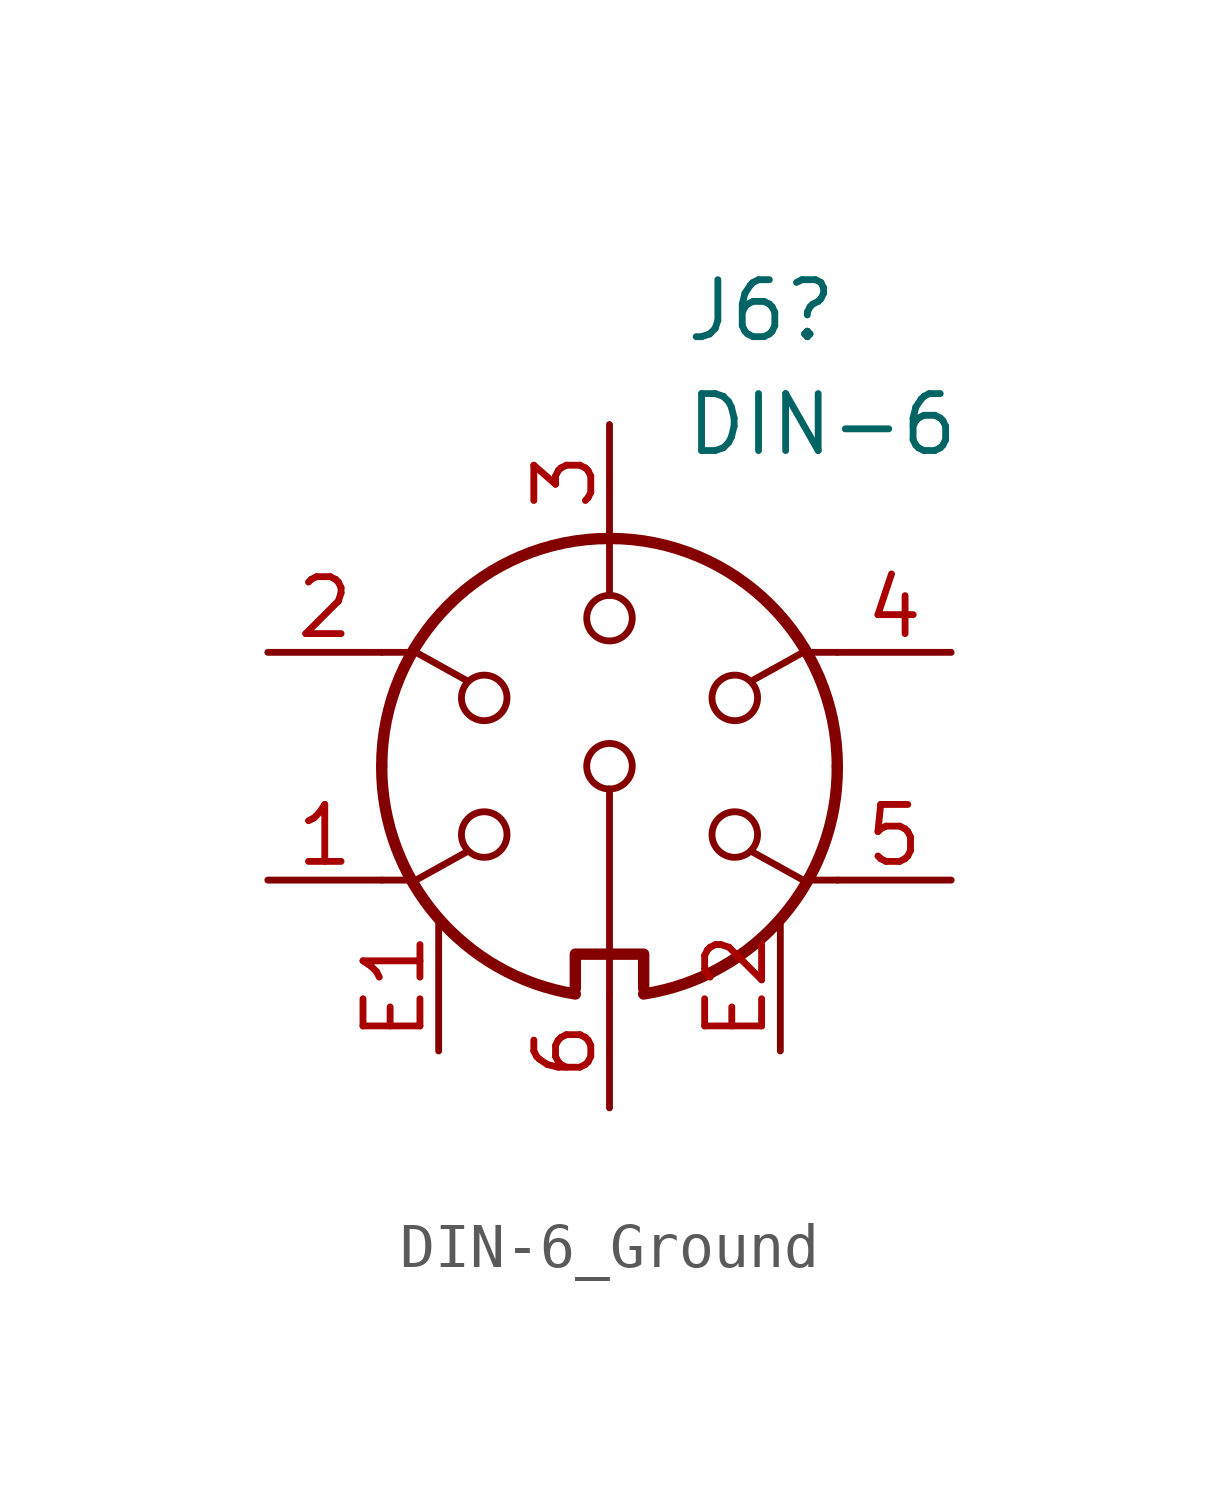
<source format=kicad_sym>
(kicad_symbol_lib
  (version 20220914)
  (generator kicad_symbol_editor)
  (symbol "DIN-6_Ground"
    (pin_names
      (offset 1.016))
    (property "Reference" "J6"
      (at 1.651 10.16 0)
      (effects (font (size 1.27 1.27)) (justify left)))
    (property "Value" "DIN-6"
      (at 1.651 7.62 0)
      (effects (font (size 1.27 1.27)) (justify left)))
    (symbol "DIN-6_Ground_0_1"
      (arc (start -5.08 0) (mid -3.8609 -3.3364) (end -0.762 -5.08) (stroke (width 0.254) (type default)) (fill (type none)))
      (circle (center -2.794 -1.524) (radius 0.508) (stroke (width 0) (type default)) (fill (type none)))
      (circle (center -2.794 1.524) (radius 0.508) (stroke (width 0) (type default)) (fill (type none)))
      (polyline (pts (xy 0 -5.08) (xy 0 -0.508)) (stroke (width 0) (type default)) (fill (type none)))
      (polyline (pts (xy 0 5.08) (xy 0 3.81)) (stroke (width 0) (type default)) (fill (type none)))
      (polyline (pts (xy -5.08 -2.54) (xy -4.318 -2.54) (xy -3.175 -1.905)) (stroke (width 0) (type default)) (fill (type none)))
      (polyline (pts (xy -5.08 2.54) (xy -4.318 2.54) (xy -3.175 1.905)) (stroke (width 0) (type default)) (fill (type none)))
      (polyline (pts (xy 5.08 -2.54) (xy 4.318 -2.54) (xy 3.175 -1.905)) (stroke (width 0) (type default)) (fill (type none)))
      (polyline (pts (xy 5.08 2.54) (xy 4.318 2.54) (xy 3.175 1.905)) (stroke (width 0) (type default)) (fill (type none)))
      (polyline (pts (xy -0.762 -4.953) (xy -0.762 -4.191) (xy 0.762 -4.191) (xy 0.762 -4.953)) (stroke (width 0.254) (type default)) (fill (type none)))
      (circle (center 0 0) (radius 0.508) (stroke (width 0) (type default)) (fill (type none)))
      (circle (center 0 3.302) (radius 0.508) (stroke (width 0) (type default)) (fill (type none)))
      (arc (start 0.762 -5.08) (mid 3.8685 -3.343) (end 5.08 0) (stroke (width 0.254) (type default)) (fill (type none)))
      (circle (center 2.794 -1.524) (radius 0.508) (stroke (width 0) (type default)) (fill (type none)))
      (circle (center 2.794 1.524) (radius 0.508) (stroke (width 0) (type default)) (fill (type none)))
      (arc (start 5.08 0) (mid 0 5.0579) (end -5.08 0) (stroke (width 0.254) (type default)) (fill (type none))))
    (symbol "DIN-6_Ground_1_1"
      (pin passive line (at -7.62 -2.54 0) (length 2.54) (name "~" (effects (font (size 1.27 1.27)))) (number "1" (effects (font (size 1.27 1.27)))))
      (pin passive line (at -7.62 2.54 0) (length 2.54) (name "~" (effects (font (size 1.27 1.27)))) (number "2" (effects (font (size 1.27 1.27)))))
      (pin passive line (at 0 7.62 270) (length 2.54) (name "~" (effects (font (size 1.27 1.27)))) (number "3" (effects (font (size 1.27 1.27)))))
      (pin passive line (at 7.62 2.54 180) (length 2.54) (name "~" (effects (font (size 1.27 1.27)))) (number "4" (effects (font (size 1.27 1.27)))))
      (pin passive line (at 7.62 -2.54 180) (length 2.54) (name "~" (effects (font (size 1.27 1.27)))) (number "5" (effects (font (size 1.27 1.27)))))
      (pin passive line (at 0 -7.62 90) (length 2.54) (name "~" (effects (font (size 1.27 1.27)))) (number "6" (effects (font (size 1.27 1.27)))))
      (pin power_in line (at -3.81 -6.35 90) (length 2.87) (name "~" (effects (font (size 1.27 1.27)))) (number "E1" (effects (font (size 1.27 1.27)))))
      (pin power_in line (at 3.81 -6.35 90) (length 2.87) (name "~" (effects (font (size 1.27 1.27)))) (number "E2" (effects (font (size 1.27 1.27))))))))
</source>
